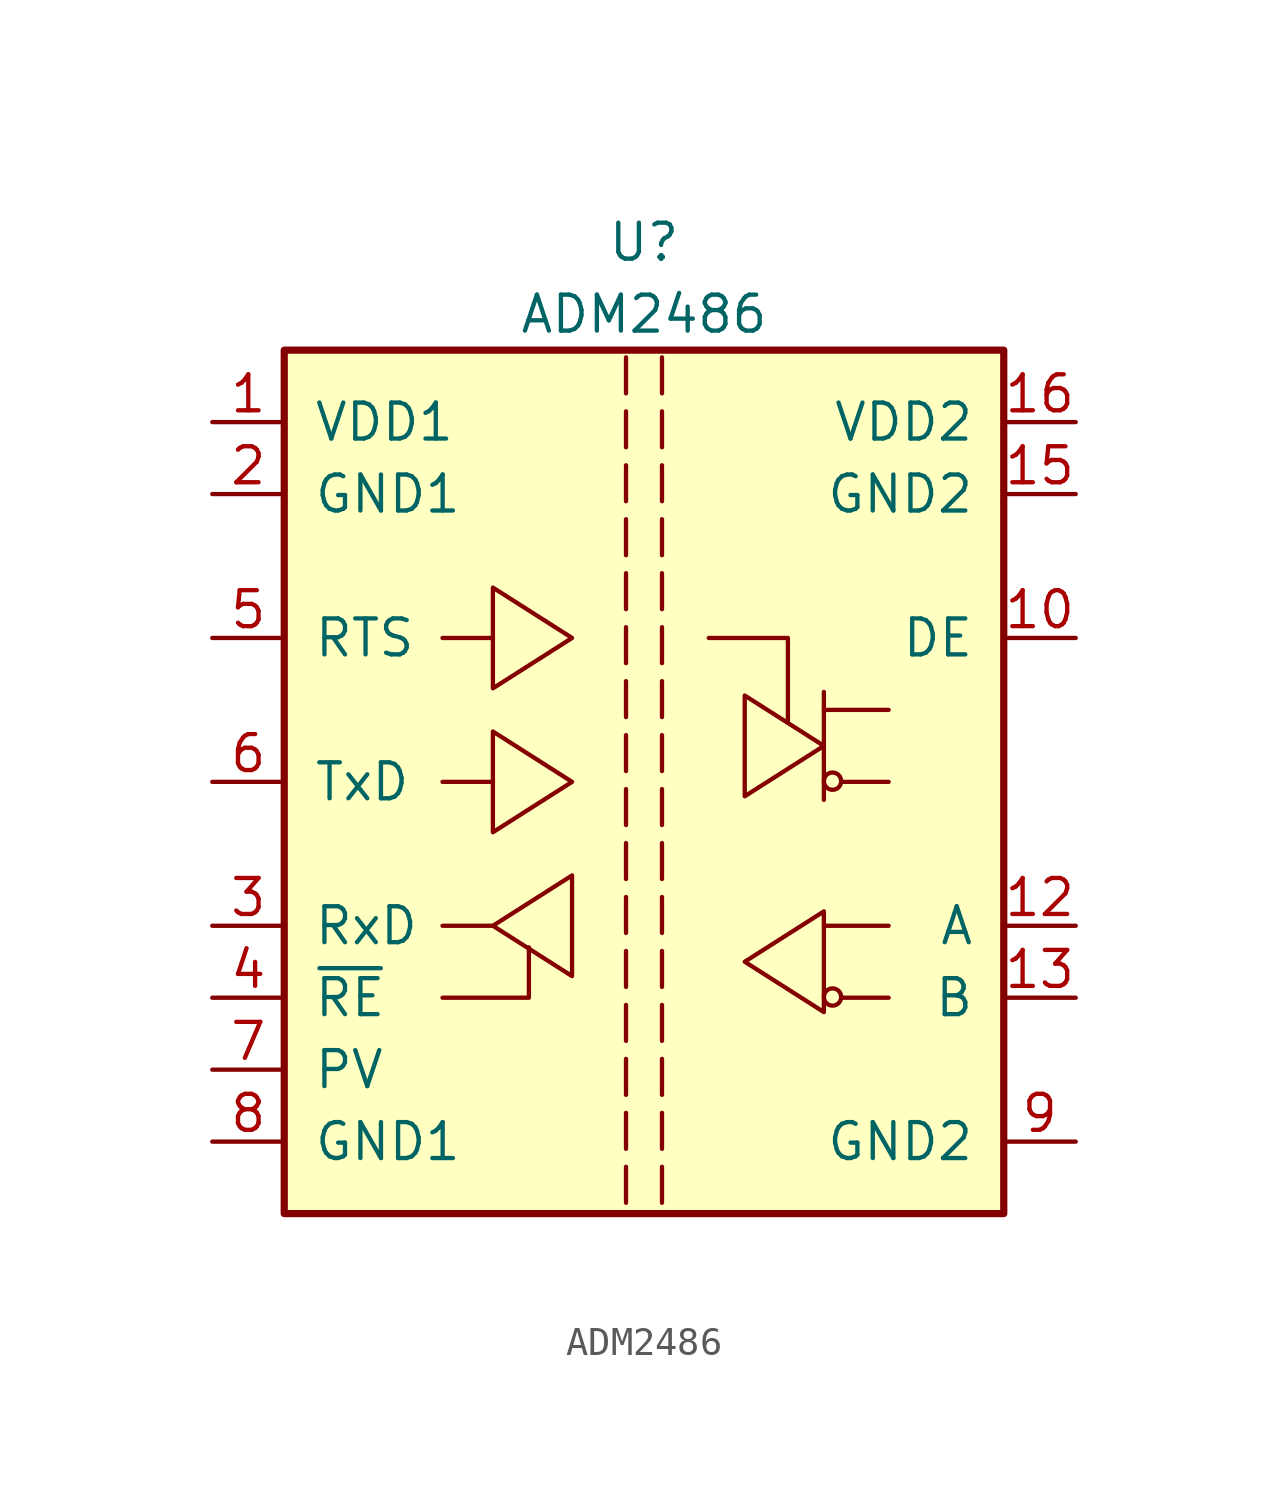
<source format=kicad_sym>
(kicad_symbol_lib
  (version 20231120)
  (generator "kicad_symbol_editor")
  (generator_version "8.0")
  (symbol "ADM2486"
    (pin_names
      (offset 1.016))
    (property "Reference" "U"
      (at 0 19.05 0)
      (effects (font (size 1.27 1.27))))
    (property "Value" "ADM2486"
      (at 0 16.51 0)
      (effects (font (size 1.27 1.27))))
    (symbol "ADM2486_0_0"
      (polyline (pts (xy -0.635 -13.589) (xy -0.635 -14.859)) (stroke (width 0) (type default)) (fill (type none)))
      (polyline (pts (xy -0.635 -11.684) (xy -0.635 -12.954)) (stroke (width 0) (type default)) (fill (type none)))
      (polyline (pts (xy -0.635 -9.779) (xy -0.635 -11.049)) (stroke (width 0) (type default)) (fill (type none)))
      (polyline (pts (xy -0.635 -7.874) (xy -0.635 -9.144)) (stroke (width 0) (type default)) (fill (type none)))
      (polyline (pts (xy -0.635 -5.969) (xy -0.635 -7.239)) (stroke (width 0) (type default)) (fill (type none)))
      (polyline (pts (xy -0.635 -4.064) (xy -0.635 -5.334)) (stroke (width 0) (type default)) (fill (type none)))
      (polyline (pts (xy -0.635 -2.159) (xy -0.635 -3.429)) (stroke (width 0) (type default)) (fill (type none)))
      (polyline (pts (xy -0.635 -0.254) (xy -0.635 -1.524)) (stroke (width 0) (type default)) (fill (type none)))
      (polyline (pts (xy -0.635 1.651) (xy -0.635 0.381)) (stroke (width 0) (type default)) (fill (type none)))
      (polyline (pts (xy -0.635 3.556) (xy -0.635 2.286)) (stroke (width 0) (type default)) (fill (type none)))
      (polyline (pts (xy -0.635 5.461) (xy -0.635 4.191)) (stroke (width 0) (type default)) (fill (type none)))
      (polyline (pts (xy -0.635 7.366) (xy -0.635 6.096)) (stroke (width 0) (type default)) (fill (type none)))
      (polyline (pts (xy -0.635 9.271) (xy -0.635 8.001)) (stroke (width 0) (type default)) (fill (type none)))
      (polyline (pts (xy -0.635 11.176) (xy -0.635 9.906)) (stroke (width 0) (type default)) (fill (type none)))
      (polyline (pts (xy -0.635 13.081) (xy -0.635 11.811)) (stroke (width 0) (type default)) (fill (type none)))
      (polyline (pts (xy -0.635 14.986) (xy -0.635 13.716)) (stroke (width 0) (type default)) (fill (type none)))
      (polyline (pts (xy 0.635 -13.589) (xy 0.635 -14.859)) (stroke (width 0) (type default)) (fill (type none)))
      (polyline (pts (xy 0.635 -11.684) (xy 0.635 -12.954)) (stroke (width 0) (type default)) (fill (type none)))
      (polyline (pts (xy 0.635 -9.779) (xy 0.635 -11.049)) (stroke (width 0) (type default)) (fill (type none)))
      (polyline (pts (xy 0.635 -7.874) (xy 0.635 -9.144)) (stroke (width 0) (type default)) (fill (type none)))
      (polyline (pts (xy 0.635 -5.969) (xy 0.635 -7.239)) (stroke (width 0) (type default)) (fill (type none)))
      (polyline (pts (xy 0.635 -4.064) (xy 0.635 -5.334)) (stroke (width 0) (type default)) (fill (type none)))
      (polyline (pts (xy 0.635 -2.159) (xy 0.635 -3.429)) (stroke (width 0) (type default)) (fill (type none)))
      (polyline (pts (xy 0.635 -0.254) (xy 0.635 -1.524)) (stroke (width 0) (type default)) (fill (type none)))
      (polyline (pts (xy 0.635 1.651) (xy 0.635 0.381)) (stroke (width 0) (type default)) (fill (type none)))
      (polyline (pts (xy 0.635 3.556) (xy 0.635 2.286)) (stroke (width 0) (type default)) (fill (type none)))
      (polyline (pts (xy 0.635 5.461) (xy 0.635 4.191)) (stroke (width 0) (type default)) (fill (type none)))
      (polyline (pts (xy 0.635 7.366) (xy 0.635 6.096)) (stroke (width 0) (type default)) (fill (type none)))
      (polyline (pts (xy 0.635 9.271) (xy 0.635 8.001)) (stroke (width 0) (type default)) (fill (type none)))
      (polyline (pts (xy 0.635 11.176) (xy 0.635 9.906)) (stroke (width 0) (type default)) (fill (type none)))
      (polyline (pts (xy 0.635 13.081) (xy 0.635 11.811)) (stroke (width 0) (type default)) (fill (type none)))
      (polyline (pts (xy 0.635 14.986) (xy 0.635 13.716)) (stroke (width 0) (type default)) (fill (type none))))
    (symbol "ADM2486_0_1"
      (rectangle (start -12.7 15.24) (end 12.7 -15.24) (stroke (width 0.254) (type default)) (fill (type background)))
      (polyline (pts (xy -5.334 -5.08) (xy -7.112 -5.08)) (stroke (width 0) (type default)) (fill (type none)))
      (polyline (pts (xy -5.334 0) (xy -7.112 0)) (stroke (width 0) (type default)) (fill (type none)))
      (polyline (pts (xy -5.334 5.08) (xy -7.112 5.08)) (stroke (width 0) (type default)) (fill (type none)))
      (polyline (pts (xy 6.35 -5.08) (xy 8.636 -5.08)) (stroke (width 0) (type default)) (fill (type none)))
      (polyline (pts (xy 6.35 2.54) (xy 8.636 2.54)) (stroke (width 0) (type default)) (fill (type none)))
      (polyline (pts (xy 6.35 3.175) (xy 6.35 -0.635)) (stroke (width 0) (type default)) (fill (type none)))
      (polyline (pts (xy 6.96 -7.62) (xy 8.636 -7.62)) (stroke (width 0) (type default)) (fill (type none)))
      (polyline (pts (xy 6.96 0) (xy 8.636 0)) (stroke (width 0) (type default)) (fill (type none)))
      (polyline (pts (xy -7.112 -7.62) (xy -4.064 -7.62) (xy -4.064 -5.842)) (stroke (width 0) (type default)) (fill (type none)))
      (polyline (pts (xy 2.286 5.08) (xy 5.08 5.08) (xy 5.08 2.159)) (stroke (width 0) (type default)) (fill (type none)))
      (polyline (pts (xy -5.334 -5.08) (xy -2.54 -3.302) (xy -2.54 -6.858) (xy -5.334 -5.08)) (stroke (width 0) (type default)) (fill (type none)))
      (polyline (pts (xy -2.54 0) (xy -5.334 1.778) (xy -5.334 -1.778) (xy -2.54 0)) (stroke (width 0) (type default)) (fill (type none)))
      (polyline (pts (xy -2.54 5.08) (xy -5.334 6.858) (xy -5.334 3.302) (xy -2.54 5.08)) (stroke (width 0) (type default)) (fill (type none)))
      (polyline (pts (xy 3.556 -6.35) (xy 6.35 -4.572) (xy 6.35 -8.128) (xy 3.556 -6.35)) (stroke (width 0) (type default)) (fill (type none)))
      (polyline (pts (xy 6.35 1.27) (xy 3.556 3.048) (xy 3.556 -0.508) (xy 6.35 1.27)) (stroke (width 0) (type default)) (fill (type none)))
      (circle (center 6.655 -7.595) (radius 0.305) (stroke (width 0) (type default)) (fill (type none)))
      (circle (center 6.655 0.025) (radius 0.305) (stroke (width 0) (type default)) (fill (type none))))
    (symbol "ADM2486_1_1"
      (pin power_in line (at -15.24 12.7 0) (length 2.54) (name "VDD1" (effects (font (size 1.27 1.27)))) (number "1" (effects (font (size 1.27 1.27)))))
      (pin input line (at 15.24 5.08 180) (length 2.54) (name "DE" (effects (font (size 1.27 1.27)))) (number "10" (effects (font (size 1.27 1.27)))))
      (pin no_connect line (at 15.24 2.54 180) (length 2.54) hide (name "Y" (effects (font (size 1.27 1.27)))) (number "11" (effects (font (size 1.27 1.27)))))
      (pin input line (at 15.24 -5.08 180) (length 2.54) (name "A" (effects (font (size 1.27 1.27)))) (number "12" (effects (font (size 1.27 1.27)))))
      (pin input line (at 15.24 -7.62 180) (length 2.54) (name "B" (effects (font (size 1.27 1.27)))) (number "13" (effects (font (size 1.27 1.27)))))
      (pin no_connect line (at 15.24 0 180) (length 2.54) hide (name "Z" (effects (font (size 1.27 1.27)))) (number "14" (effects (font (size 1.27 1.27)))))
      (pin power_in line (at 15.24 10.16 180) (length 2.54) (name "GND2" (effects (font (size 1.27 1.27)))) (number "15" (effects (font (size 1.27 1.27)))))
      (pin power_in line (at 15.24 12.7 180) (length 2.54) (name "VDD2" (effects (font (size 1.27 1.27)))) (number "16" (effects (font (size 1.27 1.27)))))
      (pin power_in line (at -15.24 10.16 0) (length 2.54) (name "GND1" (effects (font (size 1.27 1.27)))) (number "2" (effects (font (size 1.27 1.27)))))
      (pin output line (at -15.24 -5.08 0) (length 2.54) (name "RxD" (effects (font (size 1.27 1.27)))) (number "3" (effects (font (size 1.27 1.27)))))
      (pin input line (at -15.24 -7.62 0) (length 2.54) (name "~{RE}" (effects (font (size 1.27 1.27)))) (number "4" (effects (font (size 1.27 1.27)))))
      (pin input line (at -15.24 5.08 0) (length 2.54) (name "RTS" (effects (font (size 1.27 1.27)))) (number "5" (effects (font (size 1.27 1.27)))))
      (pin input line (at -15.24 0 0) (length 2.54) (name "TxD" (effects (font (size 1.27 1.27)))) (number "6" (effects (font (size 1.27 1.27)))))
      (pin input line (at -15.24 -10.16 0) (length 2.54) (name "PV" (effects (font (size 1.27 1.27)))) (number "7" (effects (font (size 1.27 1.27)))))
      (pin power_in line (at -15.24 -12.7 0) (length 2.54) (name "GND1" (effects (font (size 1.27 1.27)))) (number "8" (effects (font (size 1.27 1.27)))))
      (pin power_in line (at 15.24 -12.7 180) (length 2.54) (name "GND2" (effects (font (size 1.27 1.27)))) (number "9" (effects (font (size 1.27 1.27))))))))
</source>
